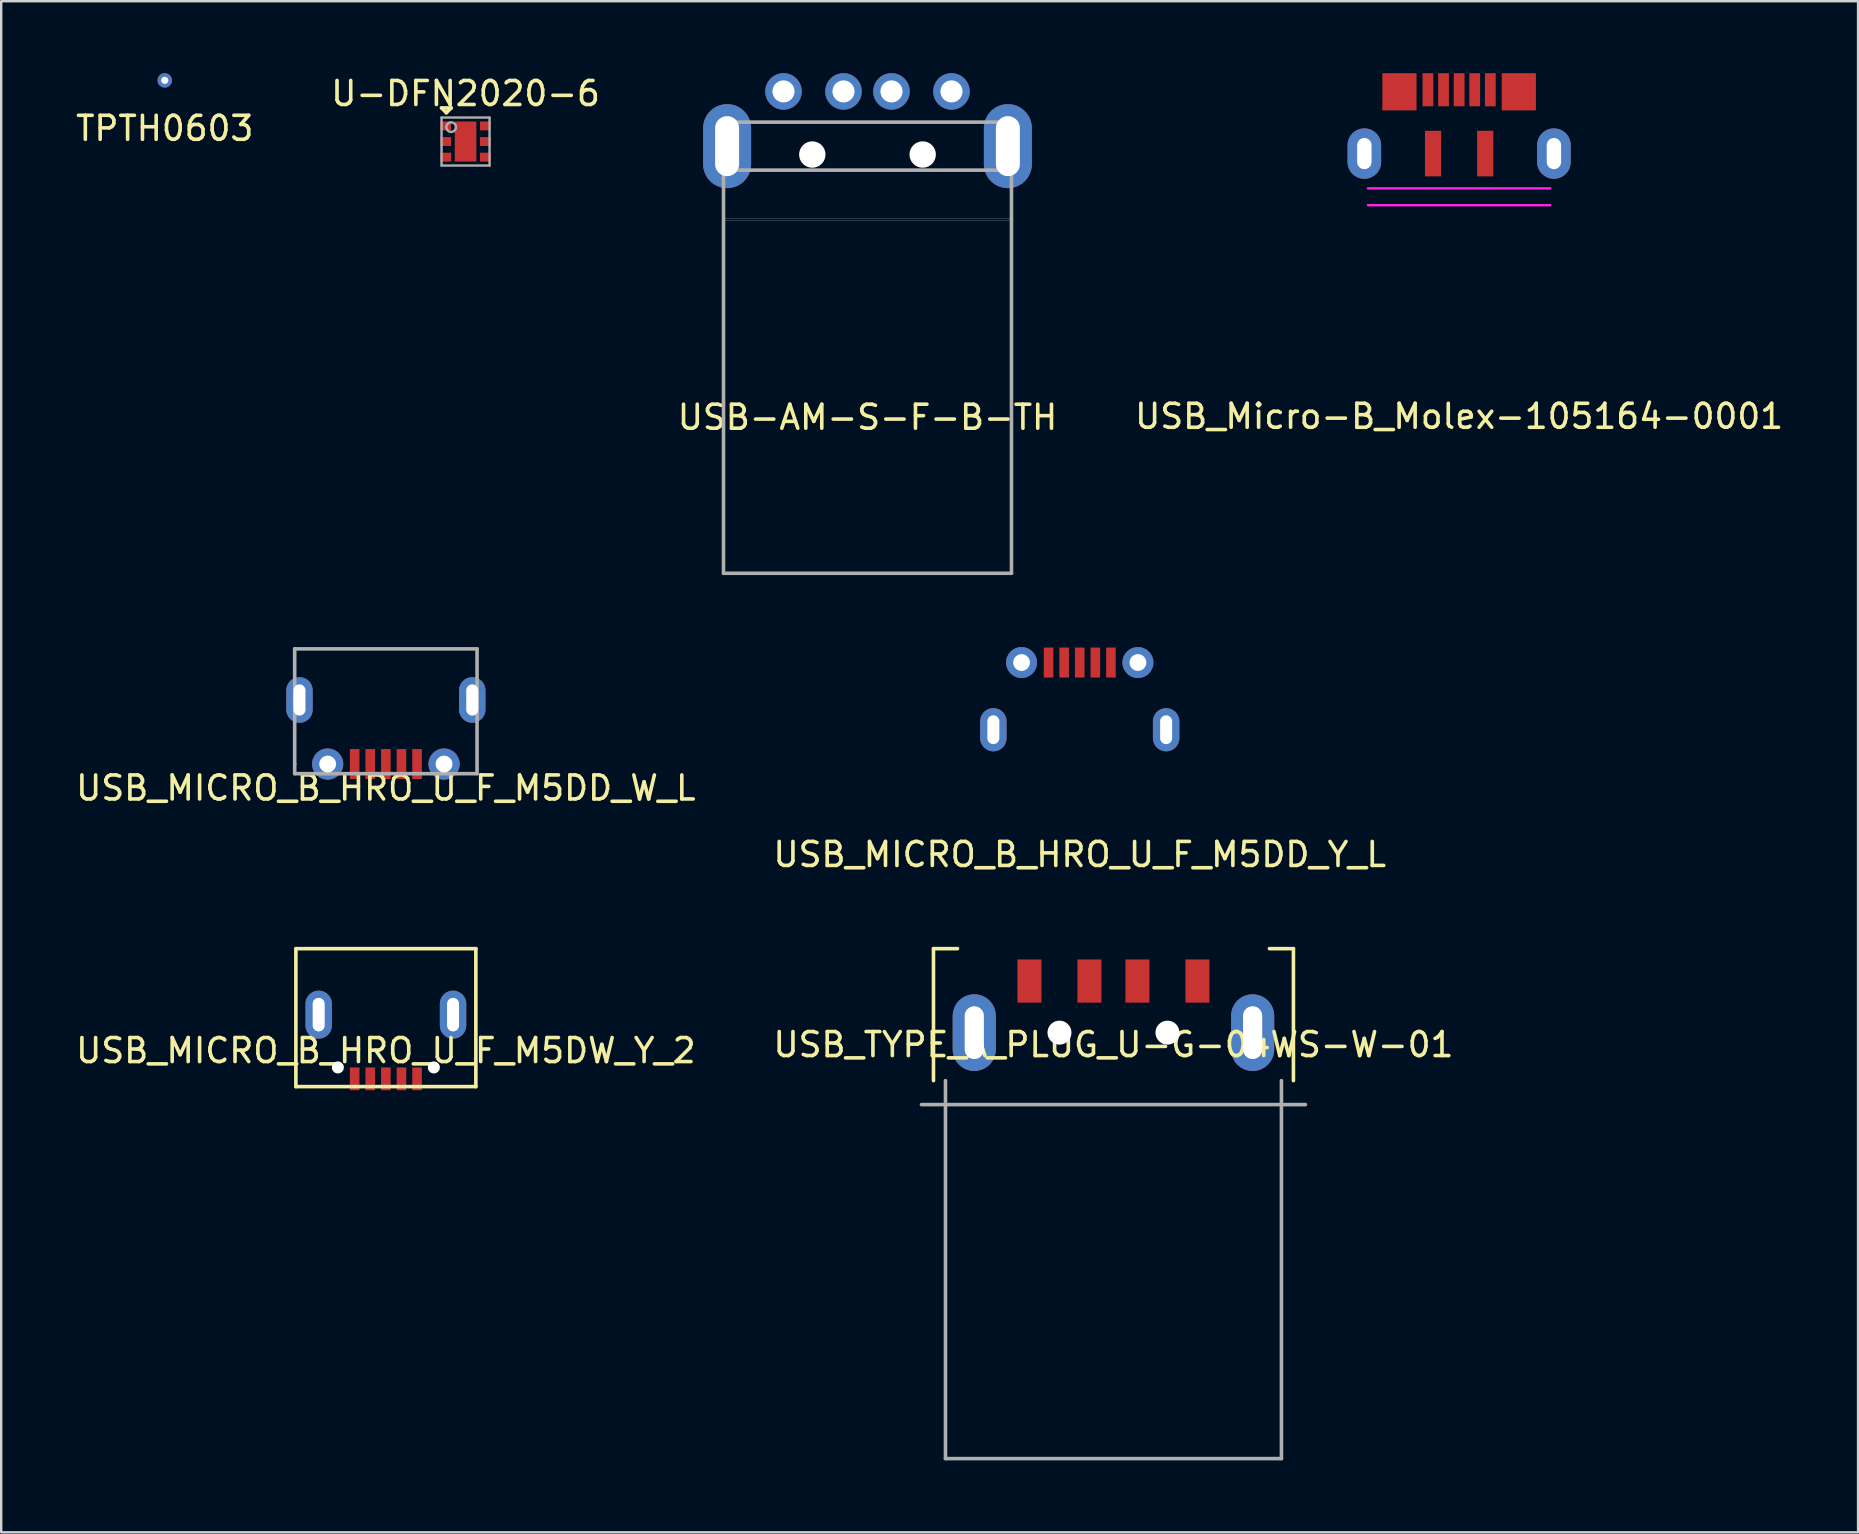
<source format=kicad_pcb>
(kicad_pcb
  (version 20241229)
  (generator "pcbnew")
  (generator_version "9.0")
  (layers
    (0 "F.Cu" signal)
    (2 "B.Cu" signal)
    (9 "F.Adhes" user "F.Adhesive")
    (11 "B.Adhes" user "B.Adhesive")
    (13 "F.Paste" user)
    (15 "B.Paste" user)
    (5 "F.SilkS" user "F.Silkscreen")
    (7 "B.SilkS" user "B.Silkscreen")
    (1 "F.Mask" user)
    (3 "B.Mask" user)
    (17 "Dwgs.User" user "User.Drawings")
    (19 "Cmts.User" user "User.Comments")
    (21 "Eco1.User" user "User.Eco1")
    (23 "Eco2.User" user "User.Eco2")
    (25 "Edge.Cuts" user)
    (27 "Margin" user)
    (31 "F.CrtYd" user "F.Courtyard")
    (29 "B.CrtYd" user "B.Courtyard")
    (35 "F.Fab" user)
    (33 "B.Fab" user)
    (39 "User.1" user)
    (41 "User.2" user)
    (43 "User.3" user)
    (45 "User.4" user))
  (footprint "U-DFN2020-6"
    (layer "F.Cu")
    (at 16.351 2.848)
    (property "Reference" "U-DFN2020-6" (at 0 -2 0) (layer "F.SilkS") (effects (font (size 1 1) (thickness 0.15))))
    (attr through_hole)
    (fp_line (start -1 -1.4) (end -0.6 -1.4) (stroke (width 0.15) (type solid)) (layer "F.SilkS"))
    (fp_line (start -0.8 -1.2) (end -1 -1.4) (stroke (width 0.15) (type solid)) (layer "F.SilkS"))
    (fp_line (start -0.6 -1.4) (end -0.8 -1.2) (stroke (width 0.15) (type solid)) (layer "F.SilkS"))
    (fp_line (start -1 -1) (end 1 -1) (stroke (width 0.1) (type solid)) (layer "F.Fab"))
    (fp_line (start -1 1) (end -1 -1) (stroke (width 0.1) (type solid)) (layer "F.Fab"))
    (fp_line (start 1 -1) (end 1 1) (stroke (width 0.1) (type solid)) (layer "F.Fab"))
    (fp_line (start 1 1) (end -1 1) (stroke (width 0.1) (type solid)) (layer "F.Fab"))
    (fp_circle (center -0.6 -0.6) (end -0.6 -0.4) (stroke (width 0.1) (type solid)) (fill no) (layer "F.Fab"))
    (pad "1" smd rect (at -0.825 -0.65) (size 0.45 0.37) (layers "F.Cu" "F.Mask" "F.Paste"))
    (pad "2" smd rect (at -0.825 0) (size 0.45 0.37) (layers "F.Cu" "F.Mask" "F.Paste"))
    (pad "3" smd rect (at -0.825 0.65) (size 0.45 0.37) (layers "F.Cu" "F.Mask" "F.Paste"))
    (pad "4" smd rect (at 0.825 0.65) (size 0.45 0.37) (layers "F.Cu" "F.Mask" "F.Paste"))
    (pad "5" smd rect (at 0.825 0) (size 0.45 0.37) (layers "F.Cu" "F.Mask" "F.Paste"))
    (pad "6" smd rect (at 0.825 -0.65) (size 0.45 0.37) (layers "F.Cu" "F.Mask" "F.Paste"))
    (pad "7" smd rect (at 0 0) (size 0.9 1.67) (layers "F.Cu" "F.Mask" "F.Paste")))
  (footprint "USB_TYPE_A_PLUG_U-G-04WS-W-01"
    (layer "F.Cu")
    (at 43.351 39.983)
    (property "Reference" "USB_TYPE_A_PLUG_U-G-04WS-W-01" (at 0 0.5 0) (layer "F.SilkS") (effects (font (size 1 1) (thickness 0.15))))
    (attr through_hole)
    (fp_line (start -7.5 -3.5) (end -6.5 -3.5) (stroke (width 0.15) (type solid)) (layer "F.SilkS"))
    (fp_line (start -7.5 2) (end -7.5 -3.5) (stroke (width 0.15) (type solid)) (layer "F.SilkS"))
    (fp_line (start 7.5 -3.5) (end 6.5 -3.5) (stroke (width 0.15) (type solid)) (layer "F.SilkS"))
    (fp_line (start 7.5 -3.5) (end 7.5 2) (stroke (width 0.15) (type solid)) (layer "F.SilkS"))
    (fp_line (start -8 3) (end -7 3) (stroke (width 0.15) (type solid)) (layer "F.Fab"))
    (fp_line (start -7 3) (end -7 2) (stroke (width 0.15) (type solid)) (layer "F.Fab"))
    (fp_line (start -7 3) (end -7 17.75) (stroke (width 0.15) (type solid)) (layer "F.Fab"))
    (fp_line (start -7 3) (end 7 3) (stroke (width 0.15) (type solid)) (layer "F.Fab"))
    (fp_line (start -7 17.75) (end 7 17.75) (stroke (width 0.15) (type solid)) (layer "F.Fab"))
    (fp_line (start 7 3) (end 7 2) (stroke (width 0.15) (type solid)) (layer "F.Fab"))
    (fp_line (start 7 3) (end 7 17.75) (stroke (width 0.15) (type solid)) (layer "F.Fab"))
    (fp_line (start 7 3) (end 8 3) (stroke (width 0.15) (type solid)) (layer "F.Fab"))
    (pad "" np_thru_hole circle (at -2.25 0) (size 1 1) (drill 1) (layers "*.Cu" "*.Mask"))
    (pad "" np_thru_hole circle (at 2.25 0) (size 1 1) (drill 1) (layers "*.Cu" "*.Mask"))
    (pad "1" smd rect (at 3.5 -2.15) (size 1 1.8) (layers "F.Cu" "F.Mask" "F.Paste"))
    (pad "2" smd rect (at 1 -2.15) (size 1 1.8) (layers "F.Cu" "F.Mask" "F.Paste"))
    (pad "3" smd rect (at -1 -2.15) (size 1 1.8) (layers "F.Cu" "F.Mask" "F.Paste"))
    (pad "4" smd rect (at -3.5 -2.15) (size 1 1.8) (layers "F.Cu" "F.Mask" "F.Paste"))
    (pad "5" thru_hole roundrect (at 5.8 0) (size 1.8 3.2) (drill oval 0.8 2.2) (layers "*.Cu" "*.Mask") (roundrect_rratio 0.5))
    (pad "6" thru_hole roundrect (at -5.8 0) (size 1.8 3.2) (drill oval 0.8 2.2) (layers "*.Cu" "*.Mask") (roundrect_rratio 0.5)))
  (footprint "USB-AM-S-F-B-TH"
    (layer "F.Cu")
    (at 33.101 11.44)
    (property "Reference" "USB-AM-S-F-B-TH" (at 0 2.9 0) (layer "F.SilkS") (effects (font (size 1 1) (thickness 0.15))))
    (attr through_hole)
    (fp_line (start -6 -9.4) (end -6 9.4) (stroke (width 0.15) (type solid)) (layer "F.Fab"))
    (fp_line (start -6 -7.4) (end 6 -7.4) (stroke (width 0.15) (type solid)) (layer "F.Fab"))
    (fp_line (start -6 -5.4) (end 6 -5.4) (stroke (width 0.01) (type solid)) (layer "F.Fab"))
    (fp_line (start -6 -5.3) (end 6 -5.3) (stroke (width 0.01) (type solid)) (layer "F.Fab"))
    (fp_line (start -6 9.4) (end 6 9.4) (stroke (width 0.15) (type solid)) (layer "F.Fab"))
    (fp_line (start 6 -9.4) (end -6 -9.4) (stroke (width 0.15) (type solid)) (layer "F.Fab"))
    (fp_line (start 6 9.4) (end 6 -9.4) (stroke (width 0.15) (type solid)) (layer "F.Fab"))
    (pad "" np_thru_hole circle (at -2.3 -8.05) (size 1.1 1.1) (drill 1.1) (layers "*.Cu" "*.Mask"))
    (pad "" np_thru_hole circle (at 2.3 -8.05) (size 1.1 1.1) (drill 1.1) (layers "*.Cu" "*.Mask"))
    (pad "1" thru_hole circle (at 3.5 -10.68) (size 1.52 1.52) (drill 0.92) (layers "*.Cu" "*.Mask"))
    (pad "2" thru_hole circle (at 1 -10.68) (size 1.52 1.52) (drill 0.92) (layers "*.Cu" "*.Mask"))
    (pad "3" thru_hole circle (at -1 -10.68) (size 1.52 1.52) (drill 0.92) (layers "*.Cu" "*.Mask"))
    (pad "4" thru_hole circle (at -3.5 -10.68) (size 1.52 1.52) (drill 0.92) (layers "*.Cu" "*.Mask"))
    (pad "5" thru_hole oval (at -5.85 -8.4) (size 2 3.5) (drill oval 1 2.5) (layers "*.Cu" "*.Mask"))
    (pad "5" thru_hole oval (at 5.85 -8.4) (size 2 3.5) (drill oval 1 2.5) (layers "*.Cu" "*.Mask")))
  (footprint "USB_MICRO_B_HRO_U_F_M5DD_Y_L"
    (layer "F.Cu")
    (at 41.946 24.56)
    (property "Reference" "USB_MICRO_B_HRO_U_F_M5DD_Y_L" (at 0 8 0) (layer "F.SilkS") (effects (font (size 1 1) (thickness 0.15))))
    (attr through_hole)
    (pad "1" smd rect (at -1.3 0) (size 0.4 1.25) (layers "F.Cu" "F.Mask" "F.Paste"))
    (pad "2" smd rect (at -0.65 0) (size 0.4 1.25) (layers "F.Cu" "F.Mask" "F.Paste"))
    (pad "3" smd rect (at 0 0) (size 0.4 1.25) (layers "F.Cu" "F.Mask" "F.Paste"))
    (pad "4" smd rect (at 0.65 0) (size 0.4 1.25) (layers "F.Cu" "F.Mask" "F.Paste"))
    (pad "5" smd rect (at 1.3 0) (size 0.4 1.25) (layers "F.Cu" "F.Mask" "F.Paste"))
    (pad "6" thru_hole circle (at -2.425 0) (size 1.29 1.29) (drill 0.7) (layers "*.Cu" "*.Mask"))
    (pad "7" thru_hole circle (at 2.425 0) (size 1.29 1.29) (drill 0.7) (layers "*.Cu" "*.Mask"))
    (pad "8" thru_hole oval (at -3.6 2.8) (size 1.1 1.8) (drill oval 0.5 1.2) (layers "*.Cu" "*.Mask"))
    (pad "9" thru_hole oval (at 3.6 2.8) (size 1.1 1.8) (drill oval 0.5 1.2) (layers "*.Cu" "*.Mask")))
  (footprint "USB_Micro-B_Molex-105164-0001"
    (layer "F.Cu")
    (at 57.756 4.8)
    (property "Reference" "USB_Micro-B_Molex-105164-0001" (at 0 9.5 0) (layer "F.SilkS") (effects (font (size 1 1) (thickness 0.15))))
    (attr through_hole)
    (fp_line (start -3.8 0) (end 3.8 0) (stroke (width 0.1) (type solid)) (layer "F.CrtYd"))
    (fp_line (start -3.8 0.7) (end 3.8 0.7) (stroke (width 0.1) (type solid)) (layer "F.CrtYd"))
    (pad "1" smd rect (at 1.3 -4.11) (size 0.45 1.38) (layers "F.Cu" "F.Mask" "F.Paste"))
    (pad "2" smd rect (at 0.65 -4.11) (size 0.45 1.38) (layers "F.Cu" "F.Mask" "F.Paste"))
    (pad "3" smd rect (at 0 -4.11) (size 0.45 1.38) (layers "F.Cu" "F.Mask" "F.Paste"))
    (pad "4" smd rect (at -0.65 -4.11) (size 0.45 1.38) (layers "F.Cu" "F.Mask" "F.Paste"))
    (pad "5" smd rect (at -1.3 -4.11) (size 0.45 1.38) (layers "F.Cu" "F.Mask" "F.Paste"))
    (pad "6" thru_hole oval (at -3.95 -1.45) (size 1.4 2.1) (drill oval 0.6 1.3) (layers "*.Cu" "*.Mask"))
    (pad "6" smd rect (at -2.487 -4.025) (size 1.425 1.55) (layers "F.Cu" "F.Mask" "F.Paste"))
    (pad "6" smd rect (at -1.087 -1.45) (size 0.675 1.9) (layers "F.Cu" "F.Mask" "F.Paste"))
    (pad "6" smd rect (at 1.087 -1.45) (size 0.675 1.9) (layers "F.Cu" "F.Mask" "F.Paste"))
    (pad "6" smd rect (at 2.487 -4.025) (size 1.425 1.55) (layers "F.Cu" "F.Mask" "F.Paste"))
    (pad "6" thru_hole oval (at 3.95 -1.45) (size 1.4 2.1) (drill oval 0.6 1.3) (layers "*.Cu" "*.Mask")))
  (footprint "USB_MICRO_B_HRO_U_F_M5DW_Y_2"
    (layer "F.Cu")
    (at 13.03 39.233)
    (property "Reference" "USB_MICRO_B_HRO_U_F_M5DW_Y_2" (at 0 1.5 0) (layer "F.SilkS") (effects (font (size 1 1) (thickness 0.15))))
    (attr through_hole)
    (fp_line (start -3.75 -2.75) (end 3.75 -2.75) (stroke (width 0.15) (type solid)) (layer "F.SilkS"))
    (fp_line (start -3.75 3) (end -3.75 -2.75) (stroke (width 0.15) (type solid)) (layer "F.SilkS"))
    (fp_line (start 3.75 -2.75) (end 3.75 3) (stroke (width 0.15) (type solid)) (layer "F.SilkS"))
    (fp_line (start 3.75 3) (end -3.75 3) (stroke (width 0.15) (type solid)) (layer "F.SilkS"))
    (pad "" np_thru_hole circle (at -2 2.2) (size 0.5 0.5) (drill 0.5) (layers "*.Cu" "*.Mask"))
    (pad "" np_thru_hole circle (at 2 2.2) (size 0.5 0.5) (drill 0.5) (layers "*.Cu" "*.Mask"))
    (pad "1" smd rect (at -1.3 2.675) (size 0.4 0.95) (layers "F.Cu" "F.Mask" "F.Paste"))
    (pad "2" smd rect (at -0.65 2.675) (size 0.4 0.95) (layers "F.Cu" "F.Mask" "F.Paste"))
    (pad "3" smd rect (at 0 2.675) (size 0.4 0.95) (layers "F.Cu" "F.Mask" "F.Paste"))
    (pad "4" smd rect (at 0.65 2.675) (size 0.4 0.95) (layers "F.Cu" "F.Mask" "F.Paste"))
    (pad "5" smd rect (at 1.3 2.675) (size 0.4 0.95) (layers "F.Cu" "F.Mask" "F.Paste"))
    (pad "6" thru_hole oval (at -2.8 0) (size 1.1 2) (drill oval 0.5 1.4) (layers "*.Cu" "*.Mask"))
    (pad "6" thru_hole oval (at 2.8 0) (size 1.1 2) (drill oval 0.5 1.4) (layers "*.Cu" "*.Mask")))
  (footprint "USB_MICRO_B_HRO_U_F_M5DD_W_L"
    (layer "F.Cu")
    (at 13.03 28.79)
    (property "Reference" "USB_MICRO_B_HRO_U_F_M5DD_W_L" (at 0 1 0) (layer "F.SilkS") (effects (font (size 1 1) (thickness 0.15))))
    (attr through_hole)
    (fp_line (start -3.8 -4.8) (end 3.8 -4.8) (stroke (width 0.15) (type solid)) (layer "F.Fab"))
    (fp_line (start -3.8 0) (end -3.8 -4.8) (stroke (width 0.15) (type solid)) (layer "F.Fab"))
    (fp_line (start -3.8 0.4) (end -3.8 0) (stroke (width 0.15) (type solid)) (layer "F.Fab"))
    (fp_line (start 3.8 -4.8) (end 3.8 0.4) (stroke (width 0.15) (type solid)) (layer "F.Fab"))
    (fp_line (start 3.8 0.4) (end -3.8 0.4) (stroke (width 0.15) (type solid)) (layer "F.Fab"))
    (pad "1" smd rect (at -1.3 0) (size 0.4 1.25) (layers "F.Cu" "F.Mask" "F.Paste"))
    (pad "2" smd rect (at -0.65 0) (size 0.4 1.25) (layers "F.Cu" "F.Mask" "F.Paste"))
    (pad "3" smd rect (at 0 0) (size 0.4 1.25) (layers "F.Cu" "F.Mask" "F.Paste"))
    (pad "4" smd rect (at 0.65 0) (size 0.4 1.25) (layers "F.Cu" "F.Mask" "F.Paste"))
    (pad "5" smd rect (at 1.3 0) (size 0.4 1.25) (layers "F.Cu" "F.Mask" "F.Paste"))
    (pad "6" thru_hole oval (at -3.6 -2.67) (size 1.1 1.9) (drill oval 0.5 1.3) (layers "*.Cu" "*.Mask"))
    (pad "6" thru_hole circle (at -2.425 0) (size 1.3 1.3) (drill 0.7) (layers "*.Cu" "*.Mask"))
    (pad "6" thru_hole circle (at 2.425 0) (size 1.3 1.3) (drill 0.7) (layers "*.Cu" "*.Mask"))
    (pad "6" thru_hole oval (at 3.6 -2.67) (size 1.1 1.9) (drill oval 0.5 1.3) (layers "*.Cu" "*.Mask")))
  (footprint "TPTH0603"
    (layer "F.Cu")
    (at 3.815 0.3)
    (property "Reference" "TPTH0603" (at 0 2 0) (layer "F.SilkS") (effects (font (size 1 1) (thickness 0.15))))
    (attr through_hole)
    (pad "1" thru_hole circle (at 0 0) (size 0.6 0.6) (drill 0.3) (layers "*.Cu" "*.Mask")))
  (gr_rect
    (start -3 -3)
    (end 74.381 60.808)
    (stroke (width 0.1) (type default))
    (fill no)
    (layer "Edge.Cuts")))
</source>
